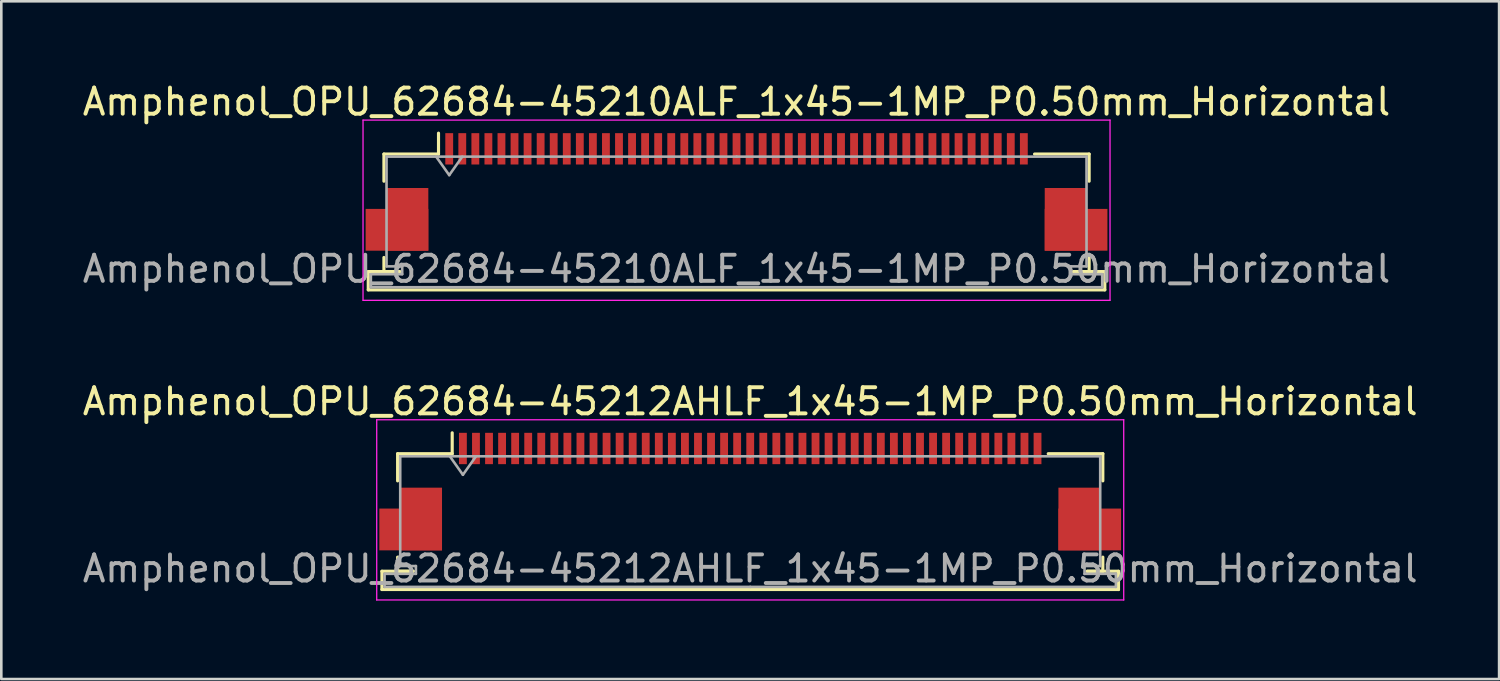
<source format=kicad_pcb>
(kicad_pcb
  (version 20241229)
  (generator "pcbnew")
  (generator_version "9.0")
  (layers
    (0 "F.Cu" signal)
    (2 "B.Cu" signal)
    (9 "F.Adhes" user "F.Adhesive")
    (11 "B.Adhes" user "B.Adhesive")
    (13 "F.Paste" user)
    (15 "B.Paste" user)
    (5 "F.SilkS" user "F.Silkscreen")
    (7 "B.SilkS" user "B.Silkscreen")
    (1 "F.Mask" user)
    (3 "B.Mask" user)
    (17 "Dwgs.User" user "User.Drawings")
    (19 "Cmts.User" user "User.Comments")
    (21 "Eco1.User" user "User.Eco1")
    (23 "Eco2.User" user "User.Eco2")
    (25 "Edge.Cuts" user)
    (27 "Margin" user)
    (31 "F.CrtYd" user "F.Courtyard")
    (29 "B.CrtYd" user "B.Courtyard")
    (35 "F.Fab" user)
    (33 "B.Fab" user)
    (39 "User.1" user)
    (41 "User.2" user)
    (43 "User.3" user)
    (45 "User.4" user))
  (footprint "Amphenol_OPU_62684-45210ALF_1x45-1MP_P0.50mm_Horizontal"
    (layer "F.Cu")
    (at 25.149 4.298)
    (property "Reference" "Amphenol_OPU_62684-45210ALF_1x45-1MP_P0.50mm_Horizontal" (at 0 -3.45 0) (layer "F.SilkS") (effects (font (size 1 1) (thickness 0.15))))
    (attr smd)
    (fp_line (start -14.1 3.05) (end -14.1 3.75) (stroke (width 0.12) (type solid)) (layer "F.SilkS"))
    (fp_line (start -14.1 3.75) (end 14.1 3.75) (stroke (width 0.12) (type solid)) (layer "F.SilkS"))
    (fp_line (start -13.5 -1.45) (end -13.5 -0.41) (stroke (width 0.12) (type solid)) (layer "F.SilkS"))
    (fp_line (start -13.5 2.51) (end -13.5 3.05) (stroke (width 0.12) (type solid)) (layer "F.SilkS"))
    (fp_line (start -13.5 3.05) (end -12.9 3.05) (stroke (width 0.12) (type solid)) (layer "F.SilkS"))
    (fp_line (start -12.9 3.05) (end -14.1 3.05) (stroke (width 0.12) (type solid)) (layer "F.SilkS"))
    (fp_line (start -11.41 -1.45) (end -13.5 -1.45) (stroke (width 0.12) (type solid)) (layer "F.SilkS"))
    (fp_line (start -11.41 -1.45) (end -11.41 -2.25) (stroke (width 0.12) (type solid)) (layer "F.SilkS"))
    (fp_line (start 11.41 -1.45) (end 13.5 -1.45) (stroke (width 0.12) (type solid)) (layer "F.SilkS"))
    (fp_line (start 12.9 3.05) (end 13.5 3.05) (stroke (width 0.12) (type solid)) (layer "F.SilkS"))
    (fp_line (start 13.5 -1.45) (end 13.5 -0.41) (stroke (width 0.12) (type solid)) (layer "F.SilkS"))
    (fp_line (start 13.5 3.05) (end 13.5 2.51) (stroke (width 0.12) (type solid)) (layer "F.SilkS"))
    (fp_line (start 14.1 3.05) (end 12.9 3.05) (stroke (width 0.12) (type solid)) (layer "F.SilkS"))
    (fp_line (start 14.1 3.75) (end 14.1 3.05) (stroke (width 0.12) (type solid)) (layer "F.SilkS"))
    (fp_line (start -14.3 -2.75) (end -14.3 4.15) (stroke (width 0.05) (type solid)) (layer "F.CrtYd"))
    (fp_line (start -14.3 4.15) (end 14.3 4.15) (stroke (width 0.05) (type solid)) (layer "F.CrtYd"))
    (fp_line (start 14.3 -2.75) (end -14.3 -2.75) (stroke (width 0.05) (type solid)) (layer "F.CrtYd"))
    (fp_line (start 14.3 4.15) (end 14.3 -2.75) (stroke (width 0.05) (type solid)) (layer "F.CrtYd"))
    (fp_line (start -14 3.15) (end -14 3.65) (stroke (width 0.1) (type solid)) (layer "F.Fab"))
    (fp_line (start -14 3.65) (end 0 3.65) (stroke (width 0.1) (type solid)) (layer "F.Fab"))
    (fp_line (start -13.4 -1.35) (end -13.4 2.85) (stroke (width 0.1) (type solid)) (layer "F.Fab"))
    (fp_line (start -13.4 2.85) (end -12.8 2.85) (stroke (width 0.1) (type solid)) (layer "F.Fab"))
    (fp_line (start -12.8 2.85) (end -12.8 3.15) (stroke (width 0.1) (type solid)) (layer "F.Fab"))
    (fp_line (start -12.8 3.15) (end -14 3.15) (stroke (width 0.1) (type solid)) (layer "F.Fab"))
    (fp_line (start -11.5 -1.35) (end -11 -0.643) (stroke (width 0.1) (type solid)) (layer "F.Fab"))
    (fp_line (start -11 -0.643) (end -10.5 -1.35) (stroke (width 0.1) (type solid)) (layer "F.Fab"))
    (fp_line (start 0 -1.35) (end -13.4 -1.35) (stroke (width 0.1) (type solid)) (layer "F.Fab"))
    (fp_line (start 0 -1.35) (end 13.4 -1.35) (stroke (width 0.1) (type solid)) (layer "F.Fab"))
    (fp_line (start 12.8 2.85) (end 12.8 3.15) (stroke (width 0.1) (type solid)) (layer "F.Fab"))
    (fp_line (start 12.8 3.15) (end 14 3.15) (stroke (width 0.1) (type solid)) (layer "F.Fab"))
    (fp_line (start 13.4 -1.35) (end 13.4 2.85) (stroke (width 0.1) (type solid)) (layer "F.Fab"))
    (fp_line (start 13.4 2.85) (end 12.8 2.85) (stroke (width 0.1) (type solid)) (layer "F.Fab"))
    (fp_line (start 14 3.15) (end 14 3.65) (stroke (width 0.1) (type solid)) (layer "F.Fab"))
    (fp_line (start 14 3.65) (end 0 3.65) (stroke (width 0.1) (type solid)) (layer "F.Fab"))
    (fp_text user "${REFERENCE}" (at 0 2.95 0) (layer "F.Fab") (effects (font (size 1 1) (thickness 0.15))))
    (pad "1" smd rect (at -11 -1.65) (size 0.3 1.2) (layers "F.Cu" "F.Mask" "F.Paste"))
    (pad "2" smd rect (at -10.5 -1.65) (size 0.3 1.2) (layers "F.Cu" "F.Mask" "F.Paste"))
    (pad "3" smd rect (at -10 -1.65) (size 0.3 1.2) (layers "F.Cu" "F.Mask" "F.Paste"))
    (pad "4" smd rect (at -9.5 -1.65) (size 0.3 1.2) (layers "F.Cu" "F.Mask" "F.Paste"))
    (pad "5" smd rect (at -9 -1.65) (size 0.3 1.2) (layers "F.Cu" "F.Mask" "F.Paste"))
    (pad "6" smd rect (at -8.5 -1.65) (size 0.3 1.2) (layers "F.Cu" "F.Mask" "F.Paste"))
    (pad "7" smd rect (at -8 -1.65) (size 0.3 1.2) (layers "F.Cu" "F.Mask" "F.Paste"))
    (pad "8" smd rect (at -7.5 -1.65) (size 0.3 1.2) (layers "F.Cu" "F.Mask" "F.Paste"))
    (pad "9" smd rect (at -7 -1.65) (size 0.3 1.2) (layers "F.Cu" "F.Mask" "F.Paste"))
    (pad "10" smd rect (at -6.5 -1.65) (size 0.3 1.2) (layers "F.Cu" "F.Mask" "F.Paste"))
    (pad "11" smd rect (at -6 -1.65) (size 0.3 1.2) (layers "F.Cu" "F.Mask" "F.Paste"))
    (pad "12" smd rect (at -5.5 -1.65) (size 0.3 1.2) (layers "F.Cu" "F.Mask" "F.Paste"))
    (pad "13" smd rect (at -5 -1.65) (size 0.3 1.2) (layers "F.Cu" "F.Mask" "F.Paste"))
    (pad "14" smd rect (at -4.5 -1.65) (size 0.3 1.2) (layers "F.Cu" "F.Mask" "F.Paste"))
    (pad "15" smd rect (at -4 -1.65) (size 0.3 1.2) (layers "F.Cu" "F.Mask" "F.Paste"))
    (pad "16" smd rect (at -3.5 -1.65) (size 0.3 1.2) (layers "F.Cu" "F.Mask" "F.Paste"))
    (pad "17" smd rect (at -3 -1.65) (size 0.3 1.2) (layers "F.Cu" "F.Mask" "F.Paste"))
    (pad "18" smd rect (at -2.5 -1.65) (size 0.3 1.2) (layers "F.Cu" "F.Mask" "F.Paste"))
    (pad "19" smd rect (at -2 -1.65) (size 0.3 1.2) (layers "F.Cu" "F.Mask" "F.Paste"))
    (pad "20" smd rect (at -1.5 -1.65) (size 0.3 1.2) (layers "F.Cu" "F.Mask" "F.Paste"))
    (pad "21" smd rect (at -1 -1.65) (size 0.3 1.2) (layers "F.Cu" "F.Mask" "F.Paste"))
    (pad "22" smd rect (at -0.5 -1.65) (size 0.3 1.2) (layers "F.Cu" "F.Mask" "F.Paste"))
    (pad "23" smd rect (at 0 -1.65) (size 0.3 1.2) (layers "F.Cu" "F.Mask" "F.Paste"))
    (pad "24" smd rect (at 0.5 -1.65) (size 0.3 1.2) (layers "F.Cu" "F.Mask" "F.Paste"))
    (pad "25" smd rect (at 1 -1.65) (size 0.3 1.2) (layers "F.Cu" "F.Mask" "F.Paste"))
    (pad "26" smd rect (at 1.5 -1.65) (size 0.3 1.2) (layers "F.Cu" "F.Mask" "F.Paste"))
    (pad "27" smd rect (at 2 -1.65) (size 0.3 1.2) (layers "F.Cu" "F.Mask" "F.Paste"))
    (pad "28" smd rect (at 2.5 -1.65) (size 0.3 1.2) (layers "F.Cu" "F.Mask" "F.Paste"))
    (pad "29" smd rect (at 3 -1.65) (size 0.3 1.2) (layers "F.Cu" "F.Mask" "F.Paste"))
    (pad "30" smd rect (at 3.5 -1.65) (size 0.3 1.2) (layers "F.Cu" "F.Mask" "F.Paste"))
    (pad "31" smd rect (at 4 -1.65) (size 0.3 1.2) (layers "F.Cu" "F.Mask" "F.Paste"))
    (pad "32" smd rect (at 4.5 -1.65) (size 0.3 1.2) (layers "F.Cu" "F.Mask" "F.Paste"))
    (pad "33" smd rect (at 5 -1.65) (size 0.3 1.2) (layers "F.Cu" "F.Mask" "F.Paste"))
    (pad "34" smd rect (at 5.5 -1.65) (size 0.3 1.2) (layers "F.Cu" "F.Mask" "F.Paste"))
    (pad "35" smd rect (at 6 -1.65) (size 0.3 1.2) (layers "F.Cu" "F.Mask" "F.Paste"))
    (pad "36" smd rect (at 6.5 -1.65) (size 0.3 1.2) (layers "F.Cu" "F.Mask" "F.Paste"))
    (pad "37" smd rect (at 7 -1.65) (size 0.3 1.2) (layers "F.Cu" "F.Mask" "F.Paste"))
    (pad "38" smd rect (at 7.5 -1.65) (size 0.3 1.2) (layers "F.Cu" "F.Mask" "F.Paste"))
    (pad "39" smd rect (at 8 -1.65) (size 0.3 1.2) (layers "F.Cu" "F.Mask" "F.Paste"))
    (pad "40" smd rect (at 8.5 -1.65) (size 0.3 1.2) (layers "F.Cu" "F.Mask" "F.Paste"))
    (pad "41" smd rect (at 9 -1.65) (size 0.3 1.2) (layers "F.Cu" "F.Mask" "F.Paste"))
    (pad "42" smd rect (at 9.5 -1.65) (size 0.3 1.2) (layers "F.Cu" "F.Mask" "F.Paste"))
    (pad "43" smd rect (at 10 -1.65) (size 0.3 1.2) (layers "F.Cu" "F.Mask" "F.Paste"))
    (pad "44" smd rect (at 10.5 -1.65) (size 0.3 1.2) (layers "F.Cu" "F.Mask" "F.Paste"))
    (pad "45" smd rect (at 11 -1.65) (size 0.3 1.2) (layers "F.Cu" "F.Mask" "F.Paste"))
    (pad "MP" smd rect (at -13 1.45) (size 2.4 1.6) (layers "F.Cu" "F.Mask" "F.Paste"))
    (pad "MP" smd rect (at -12.6 1.05) (size 1.6 2.4) (layers "F.Cu" "F.Mask" "F.Paste"))
    (pad "MP" smd rect (at 12.6 1.05) (size 1.6 2.4) (layers "F.Cu" "F.Mask" "F.Paste"))
    (pad "MP" smd rect (at 13 1.45) (size 2.4 1.6) (layers "F.Cu" "F.Mask" "F.Paste")))
  (footprint "Amphenol_OPU_62684-45212AHLF_1x45-1MP_P0.50mm_Horizontal"
    (layer "F.Cu")
    (at 25.673 15.771)
    (property "Reference" "Amphenol_OPU_62684-45212AHLF_1x45-1MP_P0.50mm_Horizontal" (at 0 -3.45 0) (layer "F.SilkS") (effects (font (size 1 1) (thickness 0.15))))
    (attr smd)
    (fp_line (start -14.1 3.05) (end -14.1 3.75) (stroke (width 0.12) (type solid)) (layer "F.SilkS"))
    (fp_line (start -14.1 3.75) (end 14.1 3.75) (stroke (width 0.12) (type solid)) (layer "F.SilkS"))
    (fp_line (start -13.5 -1.45) (end -13.5 -0.41) (stroke (width 0.12) (type solid)) (layer "F.SilkS"))
    (fp_line (start -13.5 2.51) (end -13.5 3.05) (stroke (width 0.12) (type solid)) (layer "F.SilkS"))
    (fp_line (start -13.5 3.05) (end -12.9 3.05) (stroke (width 0.12) (type solid)) (layer "F.SilkS"))
    (fp_line (start -12.9 3.05) (end -14.1 3.05) (stroke (width 0.12) (type solid)) (layer "F.SilkS"))
    (fp_line (start -11.41 -1.45) (end -13.5 -1.45) (stroke (width 0.12) (type solid)) (layer "F.SilkS"))
    (fp_line (start -11.41 -1.45) (end -11.41 -2.25) (stroke (width 0.12) (type solid)) (layer "F.SilkS"))
    (fp_line (start 11.41 -1.45) (end 13.5 -1.45) (stroke (width 0.12) (type solid)) (layer "F.SilkS"))
    (fp_line (start 12.9 3.05) (end 13.5 3.05) (stroke (width 0.12) (type solid)) (layer "F.SilkS"))
    (fp_line (start 13.5 -1.45) (end 13.5 -0.41) (stroke (width 0.12) (type solid)) (layer "F.SilkS"))
    (fp_line (start 13.5 3.05) (end 13.5 2.51) (stroke (width 0.12) (type solid)) (layer "F.SilkS"))
    (fp_line (start 14.1 3.05) (end 12.9 3.05) (stroke (width 0.12) (type solid)) (layer "F.SilkS"))
    (fp_line (start 14.1 3.75) (end 14.1 3.05) (stroke (width 0.12) (type solid)) (layer "F.SilkS"))
    (fp_line (start -14.3 -2.75) (end -14.3 4.15) (stroke (width 0.05) (type solid)) (layer "F.CrtYd"))
    (fp_line (start -14.3 4.15) (end 14.3 4.15) (stroke (width 0.05) (type solid)) (layer "F.CrtYd"))
    (fp_line (start 14.3 -2.75) (end -14.3 -2.75) (stroke (width 0.05) (type solid)) (layer "F.CrtYd"))
    (fp_line (start 14.3 4.15) (end 14.3 -2.75) (stroke (width 0.05) (type solid)) (layer "F.CrtYd"))
    (fp_line (start -14 3.15) (end -14 3.65) (stroke (width 0.1) (type solid)) (layer "F.Fab"))
    (fp_line (start -14 3.65) (end 0 3.65) (stroke (width 0.1) (type solid)) (layer "F.Fab"))
    (fp_line (start -13.4 -1.35) (end -13.4 2.85) (stroke (width 0.1) (type solid)) (layer "F.Fab"))
    (fp_line (start -13.4 2.85) (end -12.8 2.85) (stroke (width 0.1) (type solid)) (layer "F.Fab"))
    (fp_line (start -12.8 2.85) (end -12.8 3.15) (stroke (width 0.1) (type solid)) (layer "F.Fab"))
    (fp_line (start -12.8 3.15) (end -14 3.15) (stroke (width 0.1) (type solid)) (layer "F.Fab"))
    (fp_line (start -11.5 -1.35) (end -11 -0.643) (stroke (width 0.1) (type solid)) (layer "F.Fab"))
    (fp_line (start -11 -0.643) (end -10.5 -1.35) (stroke (width 0.1) (type solid)) (layer "F.Fab"))
    (fp_line (start 0 -1.35) (end -13.4 -1.35) (stroke (width 0.1) (type solid)) (layer "F.Fab"))
    (fp_line (start 0 -1.35) (end 13.4 -1.35) (stroke (width 0.1) (type solid)) (layer "F.Fab"))
    (fp_line (start 12.8 2.85) (end 12.8 3.15) (stroke (width 0.1) (type solid)) (layer "F.Fab"))
    (fp_line (start 12.8 3.15) (end 14 3.15) (stroke (width 0.1) (type solid)) (layer "F.Fab"))
    (fp_line (start 13.4 -1.35) (end 13.4 2.85) (stroke (width 0.1) (type solid)) (layer "F.Fab"))
    (fp_line (start 13.4 2.85) (end 12.8 2.85) (stroke (width 0.1) (type solid)) (layer "F.Fab"))
    (fp_line (start 14 3.15) (end 14 3.65) (stroke (width 0.1) (type solid)) (layer "F.Fab"))
    (fp_line (start 14 3.65) (end 0 3.65) (stroke (width 0.1) (type solid)) (layer "F.Fab"))
    (fp_text user "${REFERENCE}" (at 0 2.95 0) (layer "F.Fab") (effects (font (size 1 1) (thickness 0.15))))
    (pad "1" smd rect (at -11 -1.65) (size 0.3 1.2) (layers "F.Cu" "F.Mask" "F.Paste"))
    (pad "2" smd rect (at -10.5 -1.65) (size 0.3 1.2) (layers "F.Cu" "F.Mask" "F.Paste"))
    (pad "3" smd rect (at -10 -1.65) (size 0.3 1.2) (layers "F.Cu" "F.Mask" "F.Paste"))
    (pad "4" smd rect (at -9.5 -1.65) (size 0.3 1.2) (layers "F.Cu" "F.Mask" "F.Paste"))
    (pad "5" smd rect (at -9 -1.65) (size 0.3 1.2) (layers "F.Cu" "F.Mask" "F.Paste"))
    (pad "6" smd rect (at -8.5 -1.65) (size 0.3 1.2) (layers "F.Cu" "F.Mask" "F.Paste"))
    (pad "7" smd rect (at -8 -1.65) (size 0.3 1.2) (layers "F.Cu" "F.Mask" "F.Paste"))
    (pad "8" smd rect (at -7.5 -1.65) (size 0.3 1.2) (layers "F.Cu" "F.Mask" "F.Paste"))
    (pad "9" smd rect (at -7 -1.65) (size 0.3 1.2) (layers "F.Cu" "F.Mask" "F.Paste"))
    (pad "10" smd rect (at -6.5 -1.65) (size 0.3 1.2) (layers "F.Cu" "F.Mask" "F.Paste"))
    (pad "11" smd rect (at -6 -1.65) (size 0.3 1.2) (layers "F.Cu" "F.Mask" "F.Paste"))
    (pad "12" smd rect (at -5.5 -1.65) (size 0.3 1.2) (layers "F.Cu" "F.Mask" "F.Paste"))
    (pad "13" smd rect (at -5 -1.65) (size 0.3 1.2) (layers "F.Cu" "F.Mask" "F.Paste"))
    (pad "14" smd rect (at -4.5 -1.65) (size 0.3 1.2) (layers "F.Cu" "F.Mask" "F.Paste"))
    (pad "15" smd rect (at -4 -1.65) (size 0.3 1.2) (layers "F.Cu" "F.Mask" "F.Paste"))
    (pad "16" smd rect (at -3.5 -1.65) (size 0.3 1.2) (layers "F.Cu" "F.Mask" "F.Paste"))
    (pad "17" smd rect (at -3 -1.65) (size 0.3 1.2) (layers "F.Cu" "F.Mask" "F.Paste"))
    (pad "18" smd rect (at -2.5 -1.65) (size 0.3 1.2) (layers "F.Cu" "F.Mask" "F.Paste"))
    (pad "19" smd rect (at -2 -1.65) (size 0.3 1.2) (layers "F.Cu" "F.Mask" "F.Paste"))
    (pad "20" smd rect (at -1.5 -1.65) (size 0.3 1.2) (layers "F.Cu" "F.Mask" "F.Paste"))
    (pad "21" smd rect (at -1 -1.65) (size 0.3 1.2) (layers "F.Cu" "F.Mask" "F.Paste"))
    (pad "22" smd rect (at -0.5 -1.65) (size 0.3 1.2) (layers "F.Cu" "F.Mask" "F.Paste"))
    (pad "23" smd rect (at 0 -1.65) (size 0.3 1.2) (layers "F.Cu" "F.Mask" "F.Paste"))
    (pad "24" smd rect (at 0.5 -1.65) (size 0.3 1.2) (layers "F.Cu" "F.Mask" "F.Paste"))
    (pad "25" smd rect (at 1 -1.65) (size 0.3 1.2) (layers "F.Cu" "F.Mask" "F.Paste"))
    (pad "26" smd rect (at 1.5 -1.65) (size 0.3 1.2) (layers "F.Cu" "F.Mask" "F.Paste"))
    (pad "27" smd rect (at 2 -1.65) (size 0.3 1.2) (layers "F.Cu" "F.Mask" "F.Paste"))
    (pad "28" smd rect (at 2.5 -1.65) (size 0.3 1.2) (layers "F.Cu" "F.Mask" "F.Paste"))
    (pad "29" smd rect (at 3 -1.65) (size 0.3 1.2) (layers "F.Cu" "F.Mask" "F.Paste"))
    (pad "30" smd rect (at 3.5 -1.65) (size 0.3 1.2) (layers "F.Cu" "F.Mask" "F.Paste"))
    (pad "31" smd rect (at 4 -1.65) (size 0.3 1.2) (layers "F.Cu" "F.Mask" "F.Paste"))
    (pad "32" smd rect (at 4.5 -1.65) (size 0.3 1.2) (layers "F.Cu" "F.Mask" "F.Paste"))
    (pad "33" smd rect (at 5 -1.65) (size 0.3 1.2) (layers "F.Cu" "F.Mask" "F.Paste"))
    (pad "34" smd rect (at 5.5 -1.65) (size 0.3 1.2) (layers "F.Cu" "F.Mask" "F.Paste"))
    (pad "35" smd rect (at 6 -1.65) (size 0.3 1.2) (layers "F.Cu" "F.Mask" "F.Paste"))
    (pad "36" smd rect (at 6.5 -1.65) (size 0.3 1.2) (layers "F.Cu" "F.Mask" "F.Paste"))
    (pad "37" smd rect (at 7 -1.65) (size 0.3 1.2) (layers "F.Cu" "F.Mask" "F.Paste"))
    (pad "38" smd rect (at 7.5 -1.65) (size 0.3 1.2) (layers "F.Cu" "F.Mask" "F.Paste"))
    (pad "39" smd rect (at 8 -1.65) (size 0.3 1.2) (layers "F.Cu" "F.Mask" "F.Paste"))
    (pad "40" smd rect (at 8.5 -1.65) (size 0.3 1.2) (layers "F.Cu" "F.Mask" "F.Paste"))
    (pad "41" smd rect (at 9 -1.65) (size 0.3 1.2) (layers "F.Cu" "F.Mask" "F.Paste"))
    (pad "42" smd rect (at 9.5 -1.65) (size 0.3 1.2) (layers "F.Cu" "F.Mask" "F.Paste"))
    (pad "43" smd rect (at 10 -1.65) (size 0.3 1.2) (layers "F.Cu" "F.Mask" "F.Paste"))
    (pad "44" smd rect (at 10.5 -1.65) (size 0.3 1.2) (layers "F.Cu" "F.Mask" "F.Paste"))
    (pad "45" smd rect (at 11 -1.65) (size 0.3 1.2) (layers "F.Cu" "F.Mask" "F.Paste"))
    (pad "MP" smd rect (at -13 1.45) (size 2.4 1.6) (layers "F.Cu" "F.Mask" "F.Paste"))
    (pad "MP" smd rect (at -12.6 1.05) (size 1.6 2.4) (layers "F.Cu" "F.Mask" "F.Paste"))
    (pad "MP" smd rect (at 12.6 1.05) (size 1.6 2.4) (layers "F.Cu" "F.Mask" "F.Paste"))
    (pad "MP" smd rect (at 13 1.45) (size 2.4 1.6) (layers "F.Cu" "F.Mask" "F.Paste")))
  (gr_rect
    (start -3 -3)
    (end 54.345 22.947)
    (stroke (width 0.1) (type default))
    (fill no)
    (layer "Edge.Cuts")))
</source>
